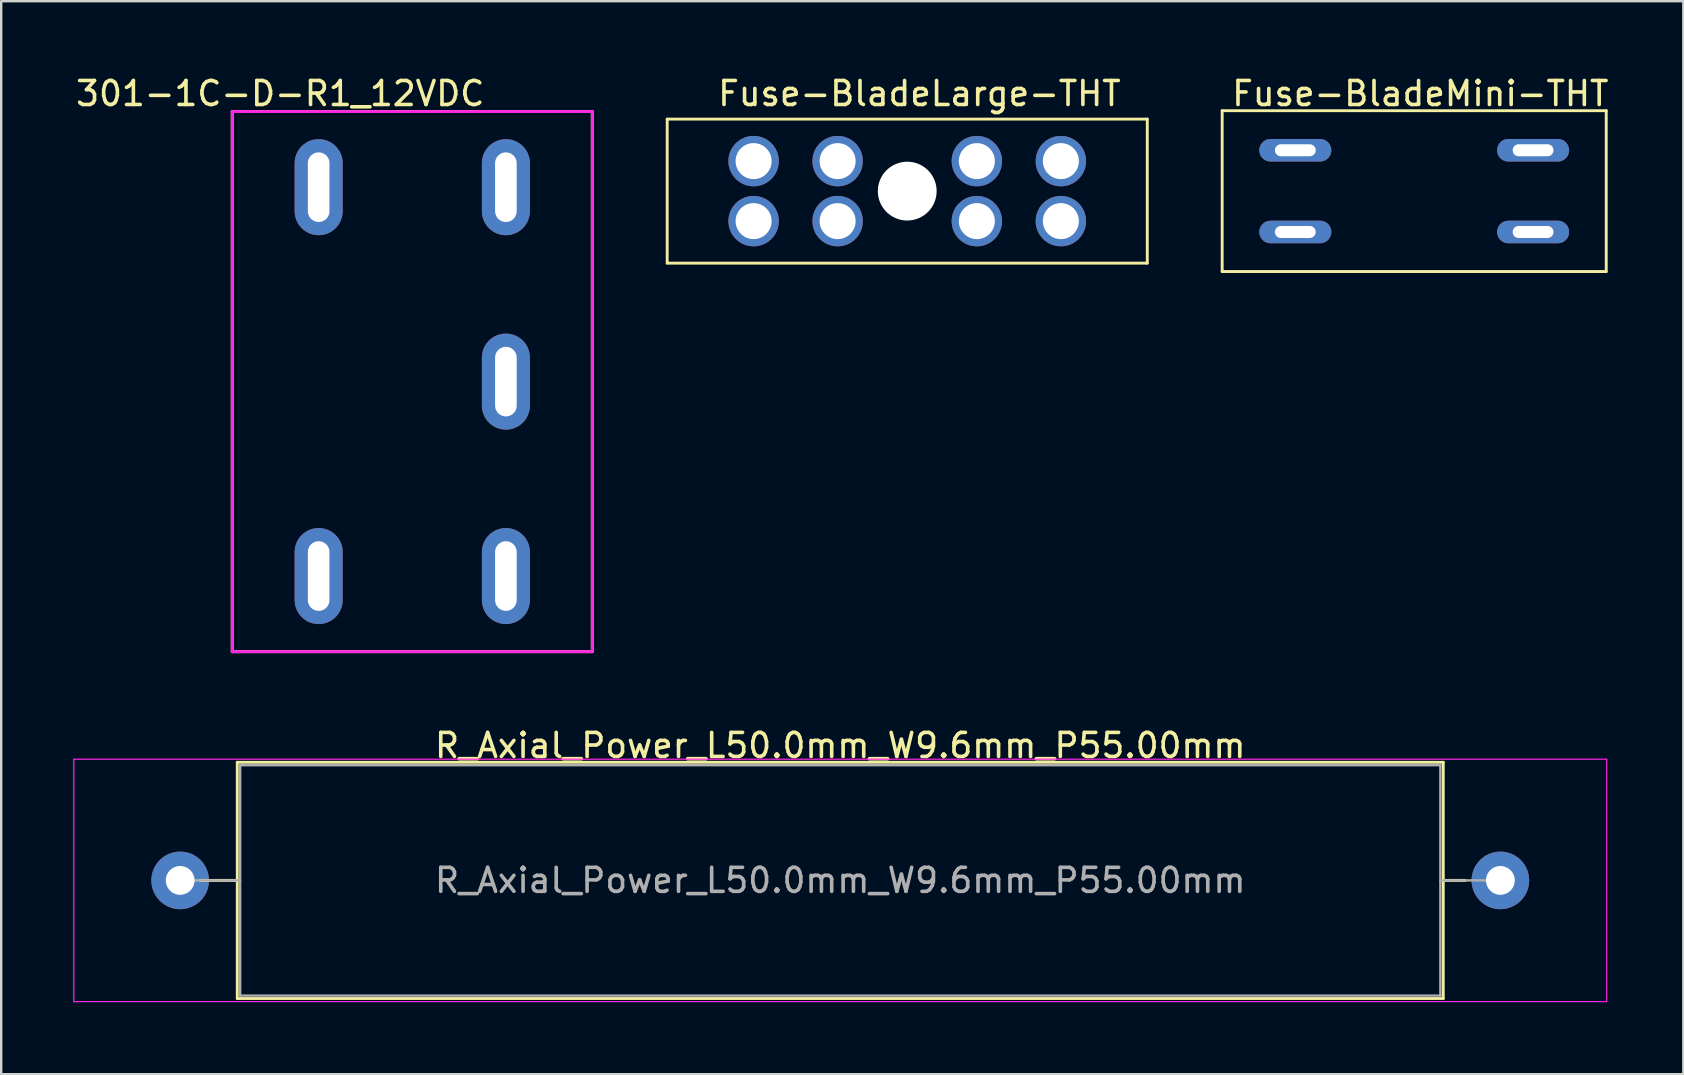
<source format=kicad_pcb>
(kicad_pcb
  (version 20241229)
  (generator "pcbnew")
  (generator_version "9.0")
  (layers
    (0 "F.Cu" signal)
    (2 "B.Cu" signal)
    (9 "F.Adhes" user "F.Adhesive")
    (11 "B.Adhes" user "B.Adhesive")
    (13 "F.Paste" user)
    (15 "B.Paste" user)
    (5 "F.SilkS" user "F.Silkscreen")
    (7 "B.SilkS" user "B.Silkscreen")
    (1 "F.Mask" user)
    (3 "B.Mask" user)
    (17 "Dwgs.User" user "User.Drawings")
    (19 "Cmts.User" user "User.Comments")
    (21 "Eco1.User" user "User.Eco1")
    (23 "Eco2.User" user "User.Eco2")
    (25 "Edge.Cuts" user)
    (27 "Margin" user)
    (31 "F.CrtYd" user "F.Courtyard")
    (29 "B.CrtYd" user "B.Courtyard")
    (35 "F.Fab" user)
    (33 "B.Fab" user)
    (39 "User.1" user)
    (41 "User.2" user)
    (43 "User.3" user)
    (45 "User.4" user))
  (footprint "301-1C-D-R1_12VDC"
    (layer "F.Cu")
    (at 14.125 12.848)
    (property "Reference" "301-1C-D-R1_12VDC" (at -5.5 -12 0) (layer "F.SilkS") (effects (font (size 1 1) (thickness 0.15))))
    (attr through_hole)
    (fp_line (start -7.5 -11.25) (end 7.5 -11.25) (stroke (width 0.12) (type solid)) (layer "F.SilkS"))
    (fp_line (start -7.5 11.25) (end -7.5 -11.25) (stroke (width 0.12) (type solid)) (layer "F.SilkS"))
    (fp_line (start 7.5 -11.25) (end 7.5 11.25) (stroke (width 0.12) (type solid)) (layer "F.SilkS"))
    (fp_line (start 7.5 11.25) (end -7.5 11.25) (stroke (width 0.12) (type solid)) (layer "F.SilkS"))
    (fp_line (start -7.5 -11.25) (end -7.5 11.25) (stroke (width 0.12) (type solid)) (layer "F.CrtYd"))
    (fp_line (start -7.5 11.25) (end 7.5 11.25) (stroke (width 0.12) (type solid)) (layer "F.CrtYd"))
    (fp_line (start 7.5 -11.25) (end -7.5 -11.25) (stroke (width 0.12) (type solid)) (layer "F.CrtYd"))
    (fp_line (start 7.5 11.25) (end 7.5 -11.25) (stroke (width 0.12) (type solid)) (layer "F.CrtYd"))
    (pad "30" thru_hole oval (at -3.9 -8.1) (size 2 4) (drill oval 0.9 2.9) (layers "*.Cu" "*.Mask"))
    (pad "85" thru_hole oval (at 3.9 -8.1) (size 2 4) (drill oval 0.9 2.9) (layers "*.Cu" "*.Mask"))
    (pad "86" thru_hole oval (at -3.9 8.1) (size 2 4) (drill oval 0.9 2.9) (layers "*.Cu" "*.Mask"))
    (pad "87" thru_hole oval (at 3.9 8.1) (size 2 4) (drill oval 0.9 2.9) (layers "*.Cu" "*.Mask"))
    (pad "87A" thru_hole oval (at 3.9 0) (size 2 4) (drill oval 0.9 2.9) (layers "*.Cu" "*.Mask")))
  (footprint "Fuse-BladeMini-THT"
    (layer "F.Cu")
    (at 55.865 4.912)
    (property "Reference" "Fuse-BladeMini-THT" (at 0.254 -4.064 0) (layer "F.SilkS") (effects (font (size 1 1) (thickness 0.15))))
    (attr through_hole)
    (fp_line (start -8 -3.35) (end -8 3.35) (stroke (width 0.12) (type solid)) (layer "F.SilkS"))
    (fp_line (start -8 3.35) (end 8 3.35) (stroke (width 0.12) (type solid)) (layer "F.SilkS"))
    (fp_line (start 8 -3.35) (end -8 -3.35) (stroke (width 0.12) (type solid)) (layer "F.SilkS"))
    (fp_line (start 8 3.35) (end 8 -3.35) (stroke (width 0.12) (type solid)) (layer "F.SilkS"))
    (pad "1" thru_hole oval (at -4.953 -1.702 90) (size 0.94 3) (drill oval 0.5 1.7) (layers "*.Cu" "*.Mask"))
    (pad "1" thru_hole oval (at -4.953 1.702 90) (size 0.94 3) (drill oval 0.5 1.7) (layers "*.Cu" "*.Mask"))
    (pad "2" thru_hole oval (at 4.953 -1.702 90) (size 0.94 3) (drill oval 0.5 1.7) (layers "*.Cu" "*.Mask"))
    (pad "2" thru_hole oval (at 4.953 1.702 90) (size 0.94 3) (drill oval 0.5 1.7) (layers "*.Cu" "*.Mask")))
  (footprint "R_Axial_Power_L50.0mm_W9.6mm_P55.00mm"
    (layer "F.Cu")
    (at 1.475 33.627)
    (property "Reference" "R_Axial_Power_L50.0mm_W9.6mm_P55.00mm" (at 30.48 -5.62 0) (layer "F.SilkS") (effects (font (size 1 1) (thickness 0.15))))
    (attr through_hole)
    (fp_line (start 3.81 0) (end 5.36 0) (stroke (width 0.12) (type solid)) (layer "F.SilkS"))
    (fp_line (start 5.36 -4.92) (end 5.36 4.92) (stroke (width 0.12) (type solid)) (layer "F.SilkS"))
    (fp_line (start 5.36 -4.92) (end 55.6 -4.92) (stroke (width 0.12) (type solid)) (layer "F.SilkS"))
    (fp_line (start 55.6 4.92) (end 5.36 4.92) (stroke (width 0.12) (type solid)) (layer "F.SilkS"))
    (fp_line (start 55.6 4.92) (end 55.6 -4.92) (stroke (width 0.12) (type solid)) (layer "F.SilkS"))
    (fp_line (start 56.515 0) (end 55.6 0) (stroke (width 0.12) (type solid)) (layer "F.SilkS"))
    (fp_line (start -1.45 -5.05) (end -1.45 5.05) (stroke (width 0.05) (type solid)) (layer "F.CrtYd"))
    (fp_line (start -1.45 -5.05) (end 62.41 -5.05) (stroke (width 0.05) (type solid)) (layer "F.CrtYd"))
    (fp_line (start -1.45 5.05) (end 62.41 5.05) (stroke (width 0.05) (type solid)) (layer "F.CrtYd"))
    (fp_line (start 62.41 5.05) (end 62.41 -5.05) (stroke (width 0.05) (type solid)) (layer "F.CrtYd"))
    (fp_line (start 3.175 0) (end 5.48 0) (stroke (width 0.1) (type solid)) (layer "F.Fab"))
    (fp_line (start 5.48 -4.8) (end 5.48 4.8) (stroke (width 0.1) (type solid)) (layer "F.Fab"))
    (fp_line (start 5.48 4.8) (end 55.48 4.8) (stroke (width 0.1) (type solid)) (layer "F.Fab"))
    (fp_line (start 55.48 -4.8) (end 5.48 -4.8) (stroke (width 0.1) (type solid)) (layer "F.Fab"))
    (fp_line (start 55.48 4.8) (end 55.48 -4.8) (stroke (width 0.1) (type solid)) (layer "F.Fab"))
    (fp_line (start 57.785 0) (end 55.48 0) (stroke (width 0.1) (type solid)) (layer "F.Fab"))
    (fp_text user "${REFERENCE}" (at 30.48 0 0) (layer "F.Fab") (effects (font (size 1 1) (thickness 0.15))))
    (pad "1" thru_hole circle (at 2.98 0) (size 2.4 2.4) (drill 1.2) (layers "*.Cu" "*.Mask"))
    (pad "2" thru_hole oval (at 57.98 0) (size 2.4 2.4) (drill 1.2) (layers "*.Cu" "*.Mask")))
  (footprint "Fuse-BladeLarge-THT"
    (layer "F.Cu")
    (at 34.745 4.912)
    (property "Reference" "Fuse-BladeLarge-THT" (at 0.508 -4.064 0) (layer "F.SilkS") (effects (font (size 1 1) (thickness 0.15))))
    (attr through_hole)
    (fp_line (start -10 -3) (end -10 3) (stroke (width 0.12) (type solid)) (layer "F.SilkS"))
    (fp_line (start -10 -3) (end 10 -3) (stroke (width 0.12) (type solid)) (layer "F.SilkS"))
    (fp_line (start -10 3) (end 10 3) (stroke (width 0.12) (type solid)) (layer "F.SilkS"))
    (fp_line (start 10 -3) (end 10 3) (stroke (width 0.12) (type solid)) (layer "F.SilkS"))
    (pad "" np_thru_hole circle (at 0 0) (size 2.45 2.45) (drill 2.45) (layers "*.Cu" "*.Mask"))
    (pad "1" thru_hole circle (at -6.4 -1.25) (size 2.1 2.1) (drill 1.5) (layers "*.Cu" "*.Mask"))
    (pad "1" thru_hole circle (at -6.4 1.25) (size 2.1 2.1) (drill 1.5) (layers "*.Cu" "*.Mask"))
    (pad "1" thru_hole circle (at -2.9 -1.25) (size 2.1 2.1) (drill 1.5) (layers "*.Cu" "*.Mask"))
    (pad "1" thru_hole circle (at -2.9 1.25) (size 2.1 2.1) (drill 1.5) (layers "*.Cu" "*.Mask"))
    (pad "2" thru_hole circle (at 2.9 -1.25) (size 2.1 2.1) (drill 1.5) (layers "*.Cu" "*.Mask"))
    (pad "2" thru_hole circle (at 2.9 1.25) (size 2.1 2.1) (drill 1.5) (layers "*.Cu" "*.Mask"))
    (pad "2" thru_hole circle (at 6.4 -1.25) (size 2.1 2.1) (drill 1.5) (layers "*.Cu" "*.Mask"))
    (pad "2" thru_hole circle (at 6.4 1.25) (size 2.1 2.1) (drill 1.5) (layers "*.Cu" "*.Mask")))
  (gr_rect
    (start -3 -3)
    (end 67.077 41.702)
    (stroke (width 0.1) (type default))
    (fill no)
    (layer "Edge.Cuts")))
</source>
